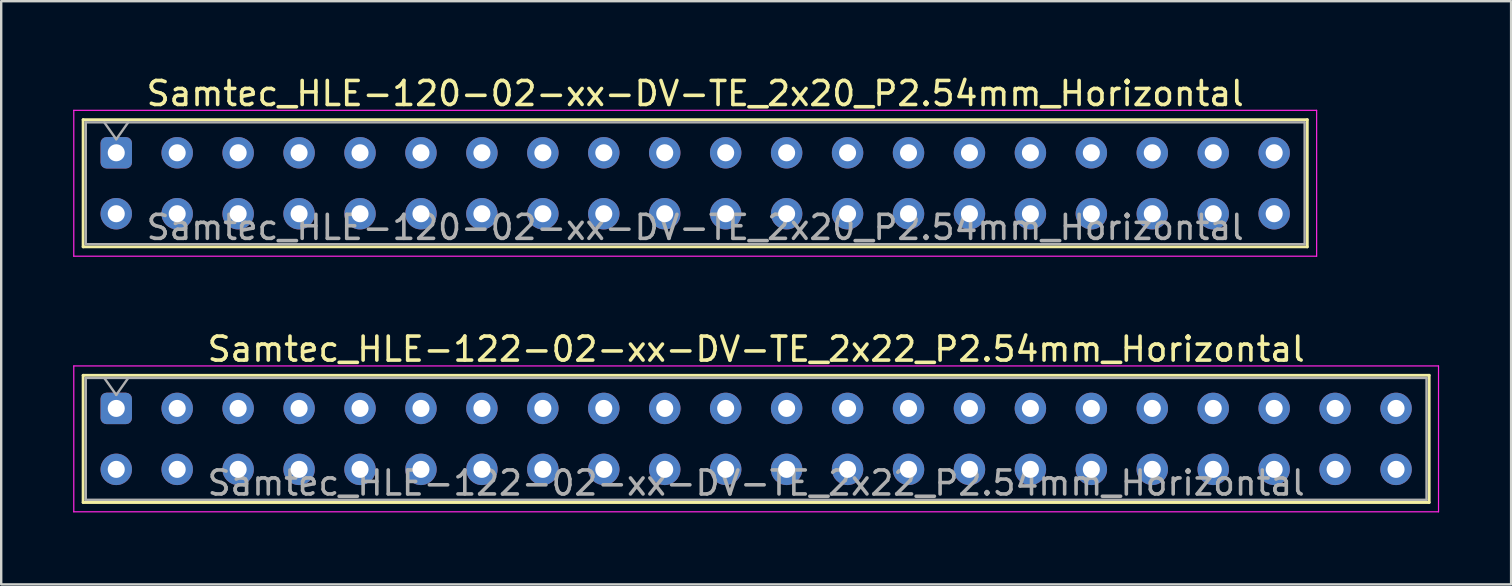
<source format=kicad_pcb>
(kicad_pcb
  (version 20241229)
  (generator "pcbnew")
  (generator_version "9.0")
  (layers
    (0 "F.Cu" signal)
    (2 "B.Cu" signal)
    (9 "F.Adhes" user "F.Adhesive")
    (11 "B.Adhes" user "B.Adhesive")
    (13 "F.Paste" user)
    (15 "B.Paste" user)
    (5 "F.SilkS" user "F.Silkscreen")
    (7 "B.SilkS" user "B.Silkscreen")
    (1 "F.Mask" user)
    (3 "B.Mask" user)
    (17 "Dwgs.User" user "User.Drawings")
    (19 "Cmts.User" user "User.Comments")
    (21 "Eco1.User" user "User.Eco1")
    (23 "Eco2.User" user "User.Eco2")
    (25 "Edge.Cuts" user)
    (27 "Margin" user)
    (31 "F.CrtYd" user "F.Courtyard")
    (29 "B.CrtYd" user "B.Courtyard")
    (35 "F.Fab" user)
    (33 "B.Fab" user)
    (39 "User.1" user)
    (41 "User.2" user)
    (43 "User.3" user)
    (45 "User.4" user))
  (footprint "Samtec_HLE-120-02-xx-DV-TE_2x20_P2.54mm_Horizontal"
    (layer "F.Cu")
    (at 1.795 3.318)
    (property "Reference" "Samtec_HLE-120-02-xx-DV-TE_2x20_P2.54mm_Horizontal" (at 24.13 -2.47 0) (layer "F.SilkS") (effects (font (size 1 1) (thickness 0.15))))
    (attr through_hole)
    (fp_line (start -1.38 -1.38) (end 49.64 -1.38) (stroke (width 0.12) (type solid)) (layer "F.SilkS"))
    (fp_line (start -1.38 3.92) (end -1.38 -1.38) (stroke (width 0.12) (type solid)) (layer "F.SilkS"))
    (fp_line (start 49.64 -1.38) (end 49.64 3.92) (stroke (width 0.12) (type solid)) (layer "F.SilkS"))
    (fp_line (start 49.64 3.92) (end -1.38 3.92) (stroke (width 0.12) (type solid)) (layer "F.SilkS"))
    (fp_line (start -1.77 -1.77) (end 50.03 -1.77) (stroke (width 0.05) (type solid)) (layer "F.CrtYd"))
    (fp_line (start -1.77 4.31) (end -1.77 -1.77) (stroke (width 0.05) (type solid)) (layer "F.CrtYd"))
    (fp_line (start 50.03 -1.77) (end 50.03 4.31) (stroke (width 0.05) (type solid)) (layer "F.CrtYd"))
    (fp_line (start 50.03 4.31) (end -1.77 4.31) (stroke (width 0.05) (type solid)) (layer "F.CrtYd"))
    (fp_line (start -1.27 -1.27) (end 49.53 -1.27) (stroke (width 0.1) (type solid)) (layer "F.Fab"))
    (fp_line (start -1.27 3.81) (end -1.27 -1.27) (stroke (width 0.1) (type solid)) (layer "F.Fab"))
    (fp_line (start -0.5 -1.27) (end 0 -0.563) (stroke (width 0.1) (type solid)) (layer "F.Fab"))
    (fp_line (start 0 -0.563) (end 0.5 -1.27) (stroke (width 0.1) (type solid)) (layer "F.Fab"))
    (fp_line (start 49.53 -1.27) (end 49.53 3.81) (stroke (width 0.1) (type solid)) (layer "F.Fab"))
    (fp_line (start 49.53 3.81) (end -1.27 3.81) (stroke (width 0.1) (type solid)) (layer "F.Fab"))
    (fp_text user "${REFERENCE}" (at 24.13 3.11 0) (layer "F.Fab") (effects (font (size 1 1) (thickness 0.15))))
    (pad "1" thru_hole roundrect (at 0 0) (size 1.31 1.31) (drill 0.71) (layers "*.Cu" "*.Mask") (roundrect_rratio 0.191))
    (pad "2" thru_hole circle (at 0 2.54) (size 1.31 1.31) (drill 0.71) (layers "*.Cu" "*.Mask"))
    (pad "3" thru_hole circle (at 2.54 0) (size 1.31 1.31) (drill 0.71) (layers "*.Cu" "*.Mask"))
    (pad "4" thru_hole circle (at 2.54 2.54) (size 1.31 1.31) (drill 0.71) (layers "*.Cu" "*.Mask"))
    (pad "5" thru_hole circle (at 5.08 0) (size 1.31 1.31) (drill 0.71) (layers "*.Cu" "*.Mask"))
    (pad "6" thru_hole circle (at 5.08 2.54) (size 1.31 1.31) (drill 0.71) (layers "*.Cu" "*.Mask"))
    (pad "7" thru_hole circle (at 7.62 0) (size 1.31 1.31) (drill 0.71) (layers "*.Cu" "*.Mask"))
    (pad "8" thru_hole circle (at 7.62 2.54) (size 1.31 1.31) (drill 0.71) (layers "*.Cu" "*.Mask"))
    (pad "9" thru_hole circle (at 10.16 0) (size 1.31 1.31) (drill 0.71) (layers "*.Cu" "*.Mask"))
    (pad "10" thru_hole circle (at 10.16 2.54) (size 1.31 1.31) (drill 0.71) (layers "*.Cu" "*.Mask"))
    (pad "11" thru_hole circle (at 12.7 0) (size 1.31 1.31) (drill 0.71) (layers "*.Cu" "*.Mask"))
    (pad "12" thru_hole circle (at 12.7 2.54) (size 1.31 1.31) (drill 0.71) (layers "*.Cu" "*.Mask"))
    (pad "13" thru_hole circle (at 15.24 0) (size 1.31 1.31) (drill 0.71) (layers "*.Cu" "*.Mask"))
    (pad "14" thru_hole circle (at 15.24 2.54) (size 1.31 1.31) (drill 0.71) (layers "*.Cu" "*.Mask"))
    (pad "15" thru_hole circle (at 17.78 0) (size 1.31 1.31) (drill 0.71) (layers "*.Cu" "*.Mask"))
    (pad "16" thru_hole circle (at 17.78 2.54) (size 1.31 1.31) (drill 0.71) (layers "*.Cu" "*.Mask"))
    (pad "17" thru_hole circle (at 20.32 0) (size 1.31 1.31) (drill 0.71) (layers "*.Cu" "*.Mask"))
    (pad "18" thru_hole circle (at 20.32 2.54) (size 1.31 1.31) (drill 0.71) (layers "*.Cu" "*.Mask"))
    (pad "19" thru_hole circle (at 22.86 0) (size 1.31 1.31) (drill 0.71) (layers "*.Cu" "*.Mask"))
    (pad "20" thru_hole circle (at 22.86 2.54) (size 1.31 1.31) (drill 0.71) (layers "*.Cu" "*.Mask"))
    (pad "21" thru_hole circle (at 25.4 0) (size 1.31 1.31) (drill 0.71) (layers "*.Cu" "*.Mask"))
    (pad "22" thru_hole circle (at 25.4 2.54) (size 1.31 1.31) (drill 0.71) (layers "*.Cu" "*.Mask"))
    (pad "23" thru_hole circle (at 27.94 0) (size 1.31 1.31) (drill 0.71) (layers "*.Cu" "*.Mask"))
    (pad "24" thru_hole circle (at 27.94 2.54) (size 1.31 1.31) (drill 0.71) (layers "*.Cu" "*.Mask"))
    (pad "25" thru_hole circle (at 30.48 0) (size 1.31 1.31) (drill 0.71) (layers "*.Cu" "*.Mask"))
    (pad "26" thru_hole circle (at 30.48 2.54) (size 1.31 1.31) (drill 0.71) (layers "*.Cu" "*.Mask"))
    (pad "27" thru_hole circle (at 33.02 0) (size 1.31 1.31) (drill 0.71) (layers "*.Cu" "*.Mask"))
    (pad "28" thru_hole circle (at 33.02 2.54) (size 1.31 1.31) (drill 0.71) (layers "*.Cu" "*.Mask"))
    (pad "29" thru_hole circle (at 35.56 0) (size 1.31 1.31) (drill 0.71) (layers "*.Cu" "*.Mask"))
    (pad "30" thru_hole circle (at 35.56 2.54) (size 1.31 1.31) (drill 0.71) (layers "*.Cu" "*.Mask"))
    (pad "31" thru_hole circle (at 38.1 0) (size 1.31 1.31) (drill 0.71) (layers "*.Cu" "*.Mask"))
    (pad "32" thru_hole circle (at 38.1 2.54) (size 1.31 1.31) (drill 0.71) (layers "*.Cu" "*.Mask"))
    (pad "33" thru_hole circle (at 40.64 0) (size 1.31 1.31) (drill 0.71) (layers "*.Cu" "*.Mask"))
    (pad "34" thru_hole circle (at 40.64 2.54) (size 1.31 1.31) (drill 0.71) (layers "*.Cu" "*.Mask"))
    (pad "35" thru_hole circle (at 43.18 0) (size 1.31 1.31) (drill 0.71) (layers "*.Cu" "*.Mask"))
    (pad "36" thru_hole circle (at 43.18 2.54) (size 1.31 1.31) (drill 0.71) (layers "*.Cu" "*.Mask"))
    (pad "37" thru_hole circle (at 45.72 0) (size 1.31 1.31) (drill 0.71) (layers "*.Cu" "*.Mask"))
    (pad "38" thru_hole circle (at 45.72 2.54) (size 1.31 1.31) (drill 0.71) (layers "*.Cu" "*.Mask"))
    (pad "39" thru_hole circle (at 48.26 0) (size 1.31 1.31) (drill 0.71) (layers "*.Cu" "*.Mask"))
    (pad "40" thru_hole circle (at 48.26 2.54) (size 1.31 1.31) (drill 0.71) (layers "*.Cu" "*.Mask")))
  (footprint "Samtec_HLE-122-02-xx-DV-TE_2x22_P2.54mm_Horizontal"
    (layer "F.Cu")
    (at 1.795 13.972)
    (property "Reference" "Samtec_HLE-122-02-xx-DV-TE_2x22_P2.54mm_Horizontal" (at 26.67 -2.47 0) (layer "F.SilkS") (effects (font (size 1 1) (thickness 0.15))))
    (attr through_hole)
    (fp_line (start -1.38 -1.38) (end 54.72 -1.38) (stroke (width 0.12) (type solid)) (layer "F.SilkS"))
    (fp_line (start -1.38 3.92) (end -1.38 -1.38) (stroke (width 0.12) (type solid)) (layer "F.SilkS"))
    (fp_line (start 54.72 -1.38) (end 54.72 3.92) (stroke (width 0.12) (type solid)) (layer "F.SilkS"))
    (fp_line (start 54.72 3.92) (end -1.38 3.92) (stroke (width 0.12) (type solid)) (layer "F.SilkS"))
    (fp_line (start -1.77 -1.77) (end 55.11 -1.77) (stroke (width 0.05) (type solid)) (layer "F.CrtYd"))
    (fp_line (start -1.77 4.31) (end -1.77 -1.77) (stroke (width 0.05) (type solid)) (layer "F.CrtYd"))
    (fp_line (start 55.11 -1.77) (end 55.11 4.31) (stroke (width 0.05) (type solid)) (layer "F.CrtYd"))
    (fp_line (start 55.11 4.31) (end -1.77 4.31) (stroke (width 0.05) (type solid)) (layer "F.CrtYd"))
    (fp_line (start -1.27 -1.27) (end 54.61 -1.27) (stroke (width 0.1) (type solid)) (layer "F.Fab"))
    (fp_line (start -1.27 3.81) (end -1.27 -1.27) (stroke (width 0.1) (type solid)) (layer "F.Fab"))
    (fp_line (start -0.5 -1.27) (end 0 -0.563) (stroke (width 0.1) (type solid)) (layer "F.Fab"))
    (fp_line (start 0 -0.563) (end 0.5 -1.27) (stroke (width 0.1) (type solid)) (layer "F.Fab"))
    (fp_line (start 54.61 -1.27) (end 54.61 3.81) (stroke (width 0.1) (type solid)) (layer "F.Fab"))
    (fp_line (start 54.61 3.81) (end -1.27 3.81) (stroke (width 0.1) (type solid)) (layer "F.Fab"))
    (fp_text user "${REFERENCE}" (at 26.67 3.11 0) (layer "F.Fab") (effects (font (size 1 1) (thickness 0.15))))
    (pad "1" thru_hole roundrect (at 0 0) (size 1.31 1.31) (drill 0.71) (layers "*.Cu" "*.Mask") (roundrect_rratio 0.191))
    (pad "2" thru_hole circle (at 0 2.54) (size 1.31 1.31) (drill 0.71) (layers "*.Cu" "*.Mask"))
    (pad "3" thru_hole circle (at 2.54 0) (size 1.31 1.31) (drill 0.71) (layers "*.Cu" "*.Mask"))
    (pad "4" thru_hole circle (at 2.54 2.54) (size 1.31 1.31) (drill 0.71) (layers "*.Cu" "*.Mask"))
    (pad "5" thru_hole circle (at 5.08 0) (size 1.31 1.31) (drill 0.71) (layers "*.Cu" "*.Mask"))
    (pad "6" thru_hole circle (at 5.08 2.54) (size 1.31 1.31) (drill 0.71) (layers "*.Cu" "*.Mask"))
    (pad "7" thru_hole circle (at 7.62 0) (size 1.31 1.31) (drill 0.71) (layers "*.Cu" "*.Mask"))
    (pad "8" thru_hole circle (at 7.62 2.54) (size 1.31 1.31) (drill 0.71) (layers "*.Cu" "*.Mask"))
    (pad "9" thru_hole circle (at 10.16 0) (size 1.31 1.31) (drill 0.71) (layers "*.Cu" "*.Mask"))
    (pad "10" thru_hole circle (at 10.16 2.54) (size 1.31 1.31) (drill 0.71) (layers "*.Cu" "*.Mask"))
    (pad "11" thru_hole circle (at 12.7 0) (size 1.31 1.31) (drill 0.71) (layers "*.Cu" "*.Mask"))
    (pad "12" thru_hole circle (at 12.7 2.54) (size 1.31 1.31) (drill 0.71) (layers "*.Cu" "*.Mask"))
    (pad "13" thru_hole circle (at 15.24 0) (size 1.31 1.31) (drill 0.71) (layers "*.Cu" "*.Mask"))
    (pad "14" thru_hole circle (at 15.24 2.54) (size 1.31 1.31) (drill 0.71) (layers "*.Cu" "*.Mask"))
    (pad "15" thru_hole circle (at 17.78 0) (size 1.31 1.31) (drill 0.71) (layers "*.Cu" "*.Mask"))
    (pad "16" thru_hole circle (at 17.78 2.54) (size 1.31 1.31) (drill 0.71) (layers "*.Cu" "*.Mask"))
    (pad "17" thru_hole circle (at 20.32 0) (size 1.31 1.31) (drill 0.71) (layers "*.Cu" "*.Mask"))
    (pad "18" thru_hole circle (at 20.32 2.54) (size 1.31 1.31) (drill 0.71) (layers "*.Cu" "*.Mask"))
    (pad "19" thru_hole circle (at 22.86 0) (size 1.31 1.31) (drill 0.71) (layers "*.Cu" "*.Mask"))
    (pad "20" thru_hole circle (at 22.86 2.54) (size 1.31 1.31) (drill 0.71) (layers "*.Cu" "*.Mask"))
    (pad "21" thru_hole circle (at 25.4 0) (size 1.31 1.31) (drill 0.71) (layers "*.Cu" "*.Mask"))
    (pad "22" thru_hole circle (at 25.4 2.54) (size 1.31 1.31) (drill 0.71) (layers "*.Cu" "*.Mask"))
    (pad "23" thru_hole circle (at 27.94 0) (size 1.31 1.31) (drill 0.71) (layers "*.Cu" "*.Mask"))
    (pad "24" thru_hole circle (at 27.94 2.54) (size 1.31 1.31) (drill 0.71) (layers "*.Cu" "*.Mask"))
    (pad "25" thru_hole circle (at 30.48 0) (size 1.31 1.31) (drill 0.71) (layers "*.Cu" "*.Mask"))
    (pad "26" thru_hole circle (at 30.48 2.54) (size 1.31 1.31) (drill 0.71) (layers "*.Cu" "*.Mask"))
    (pad "27" thru_hole circle (at 33.02 0) (size 1.31 1.31) (drill 0.71) (layers "*.Cu" "*.Mask"))
    (pad "28" thru_hole circle (at 33.02 2.54) (size 1.31 1.31) (drill 0.71) (layers "*.Cu" "*.Mask"))
    (pad "29" thru_hole circle (at 35.56 0) (size 1.31 1.31) (drill 0.71) (layers "*.Cu" "*.Mask"))
    (pad "30" thru_hole circle (at 35.56 2.54) (size 1.31 1.31) (drill 0.71) (layers "*.Cu" "*.Mask"))
    (pad "31" thru_hole circle (at 38.1 0) (size 1.31 1.31) (drill 0.71) (layers "*.Cu" "*.Mask"))
    (pad "32" thru_hole circle (at 38.1 2.54) (size 1.31 1.31) (drill 0.71) (layers "*.Cu" "*.Mask"))
    (pad "33" thru_hole circle (at 40.64 0) (size 1.31 1.31) (drill 0.71) (layers "*.Cu" "*.Mask"))
    (pad "34" thru_hole circle (at 40.64 2.54) (size 1.31 1.31) (drill 0.71) (layers "*.Cu" "*.Mask"))
    (pad "35" thru_hole circle (at 43.18 0) (size 1.31 1.31) (drill 0.71) (layers "*.Cu" "*.Mask"))
    (pad "36" thru_hole circle (at 43.18 2.54) (size 1.31 1.31) (drill 0.71) (layers "*.Cu" "*.Mask"))
    (pad "37" thru_hole circle (at 45.72 0) (size 1.31 1.31) (drill 0.71) (layers "*.Cu" "*.Mask"))
    (pad "38" thru_hole circle (at 45.72 2.54) (size 1.31 1.31) (drill 0.71) (layers "*.Cu" "*.Mask"))
    (pad "39" thru_hole circle (at 48.26 0) (size 1.31 1.31) (drill 0.71) (layers "*.Cu" "*.Mask"))
    (pad "40" thru_hole circle (at 48.26 2.54) (size 1.31 1.31) (drill 0.71) (layers "*.Cu" "*.Mask"))
    (pad "41" thru_hole circle (at 50.8 0) (size 1.31 1.31) (drill 0.71) (layers "*.Cu" "*.Mask"))
    (pad "42" thru_hole circle (at 50.8 2.54) (size 1.31 1.31) (drill 0.71) (layers "*.Cu" "*.Mask"))
    (pad "43" thru_hole circle (at 53.34 0) (size 1.31 1.31) (drill 0.71) (layers "*.Cu" "*.Mask"))
    (pad "44" thru_hole circle (at 53.34 2.54) (size 1.31 1.31) (drill 0.71) (layers "*.Cu" "*.Mask")))
  (gr_rect
    (start -3 -3)
    (end 59.93 21.306)
    (stroke (width 0.1) (type default))
    (fill no)
    (layer "Edge.Cuts")))
</source>
